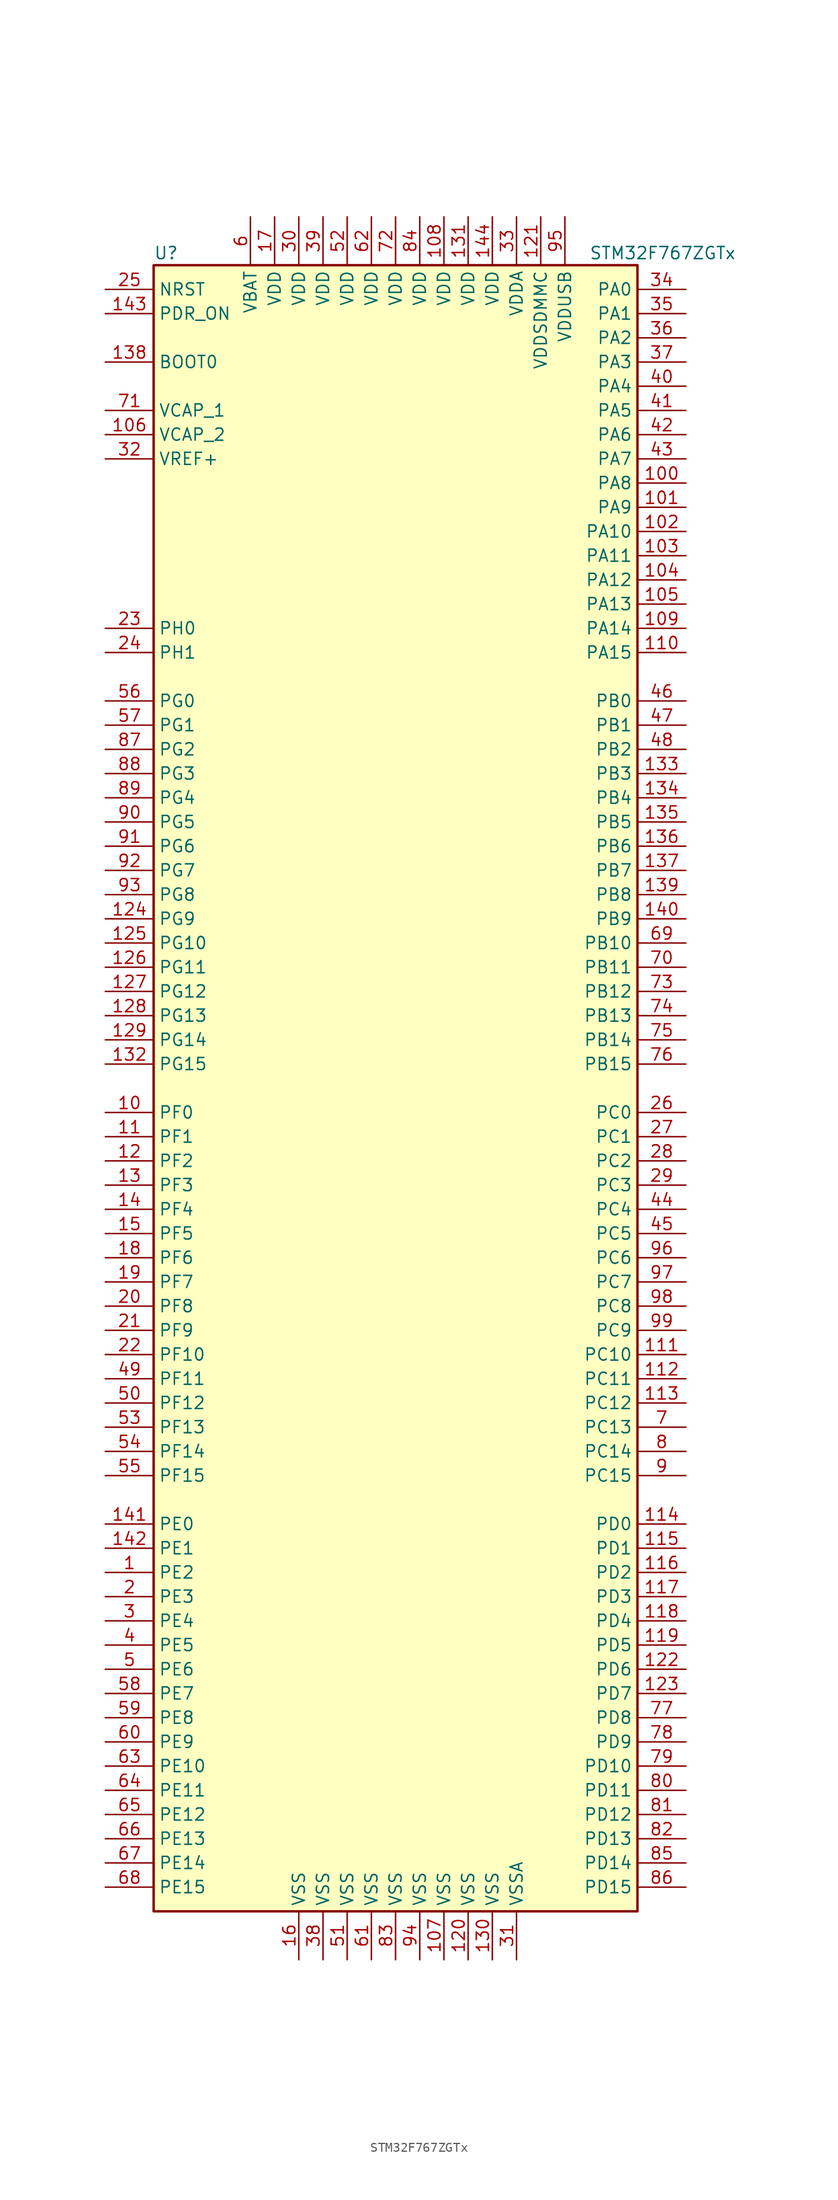
<source format=kicad_sym>
(kicad_symbol_lib
  (version 20211014)
  (generator kicad_symbol_editor)
  (symbol "STM32F767ZGTx"
    (property "Reference" "U"
      (at -25.4 87.63 0)
      (effects (font (size 1.27 1.27)) (justify left)))
    (property "Value" "STM32F767ZGTx"
      (at 20.32 87.63 0)
      (effects (font (size 1.27 1.27)) (justify left)))
    (symbol "STM32F767ZGTx_0_1"
      (rectangle (start -25.4 -86.36) (end 25.4 86.36) (stroke (width 0.254) (type default) (color 0 0 0 0)) (fill (type background))))
    (symbol "STM32F767ZGTx_1_1"
      (pin bidirectional line (at -30.48 -50.8 0) (length 5.08) (name "PE2" (effects (font (size 1.27 1.27)))) (number "1" (effects (font (size 1.27 1.27)))))
      (pin bidirectional line (at -30.48 -2.54 0) (length 5.08) (name "PF0" (effects (font (size 1.27 1.27)))) (number "10" (effects (font (size 1.27 1.27)))))
      (pin bidirectional line (at 30.48 63.5 180) (length 5.08) (name "PA8" (effects (font (size 1.27 1.27)))) (number "100" (effects (font (size 1.27 1.27)))))
      (pin bidirectional line (at 30.48 60.96 180) (length 5.08) (name "PA9" (effects (font (size 1.27 1.27)))) (number "101" (effects (font (size 1.27 1.27)))))
      (pin bidirectional line (at 30.48 58.42 180) (length 5.08) (name "PA10" (effects (font (size 1.27 1.27)))) (number "102" (effects (font (size 1.27 1.27)))))
      (pin bidirectional line (at 30.48 55.88 180) (length 5.08) (name "PA11" (effects (font (size 1.27 1.27)))) (number "103" (effects (font (size 1.27 1.27)))))
      (pin bidirectional line (at 30.48 53.34 180) (length 5.08) (name "PA12" (effects (font (size 1.27 1.27)))) (number "104" (effects (font (size 1.27 1.27)))))
      (pin bidirectional line (at 30.48 50.8 180) (length 5.08) (name "PA13" (effects (font (size 1.27 1.27)))) (number "105" (effects (font (size 1.27 1.27)))))
      (pin power_in line (at -30.48 68.58 0) (length 5.08) (name "VCAP_2" (effects (font (size 1.27 1.27)))) (number "106" (effects (font (size 1.27 1.27)))))
      (pin power_in line (at 5.08 -91.44 90) (length 5.08) (name "VSS" (effects (font (size 1.27 1.27)))) (number "107" (effects (font (size 1.27 1.27)))))
      (pin power_in line (at 5.08 91.44 270) (length 5.08) (name "VDD" (effects (font (size 1.27 1.27)))) (number "108" (effects (font (size 1.27 1.27)))))
      (pin bidirectional line (at 30.48 48.26 180) (length 5.08) (name "PA14" (effects (font (size 1.27 1.27)))) (number "109" (effects (font (size 1.27 1.27)))))
      (pin bidirectional line (at -30.48 -5.08 0) (length 5.08) (name "PF1" (effects (font (size 1.27 1.27)))) (number "11" (effects (font (size 1.27 1.27)))))
      (pin bidirectional line (at 30.48 45.72 180) (length 5.08) (name "PA15" (effects (font (size 1.27 1.27)))) (number "110" (effects (font (size 1.27 1.27)))))
      (pin bidirectional line (at 30.48 -27.94 180) (length 5.08) (name "PC10" (effects (font (size 1.27 1.27)))) (number "111" (effects (font (size 1.27 1.27)))))
      (pin bidirectional line (at 30.48 -30.48 180) (length 5.08) (name "PC11" (effects (font (size 1.27 1.27)))) (number "112" (effects (font (size 1.27 1.27)))))
      (pin bidirectional line (at 30.48 -33.02 180) (length 5.08) (name "PC12" (effects (font (size 1.27 1.27)))) (number "113" (effects (font (size 1.27 1.27)))))
      (pin bidirectional line (at 30.48 -45.72 180) (length 5.08) (name "PD0" (effects (font (size 1.27 1.27)))) (number "114" (effects (font (size 1.27 1.27)))))
      (pin bidirectional line (at 30.48 -48.26 180) (length 5.08) (name "PD1" (effects (font (size 1.27 1.27)))) (number "115" (effects (font (size 1.27 1.27)))))
      (pin bidirectional line (at 30.48 -50.8 180) (length 5.08) (name "PD2" (effects (font (size 1.27 1.27)))) (number "116" (effects (font (size 1.27 1.27)))))
      (pin bidirectional line (at 30.48 -53.34 180) (length 5.08) (name "PD3" (effects (font (size 1.27 1.27)))) (number "117" (effects (font (size 1.27 1.27)))))
      (pin bidirectional line (at 30.48 -55.88 180) (length 5.08) (name "PD4" (effects (font (size 1.27 1.27)))) (number "118" (effects (font (size 1.27 1.27)))))
      (pin bidirectional line (at 30.48 -58.42 180) (length 5.08) (name "PD5" (effects (font (size 1.27 1.27)))) (number "119" (effects (font (size 1.27 1.27)))))
      (pin bidirectional line (at -30.48 -7.62 0) (length 5.08) (name "PF2" (effects (font (size 1.27 1.27)))) (number "12" (effects (font (size 1.27 1.27)))))
      (pin power_in line (at 7.62 -91.44 90) (length 5.08) (name "VSS" (effects (font (size 1.27 1.27)))) (number "120" (effects (font (size 1.27 1.27)))))
      (pin power_in line (at 15.24 91.44 270) (length 5.08) (name "VDDSDMMC" (effects (font (size 1.27 1.27)))) (number "121" (effects (font (size 1.27 1.27)))))
      (pin bidirectional line (at 30.48 -60.96 180) (length 5.08) (name "PD6" (effects (font (size 1.27 1.27)))) (number "122" (effects (font (size 1.27 1.27)))))
      (pin bidirectional line (at 30.48 -63.5 180) (length 5.08) (name "PD7" (effects (font (size 1.27 1.27)))) (number "123" (effects (font (size 1.27 1.27)))))
      (pin bidirectional line (at -30.48 17.78 0) (length 5.08) (name "PG9" (effects (font (size 1.27 1.27)))) (number "124" (effects (font (size 1.27 1.27)))))
      (pin bidirectional line (at -30.48 15.24 0) (length 5.08) (name "PG10" (effects (font (size 1.27 1.27)))) (number "125" (effects (font (size 1.27 1.27)))))
      (pin bidirectional line (at -30.48 12.7 0) (length 5.08) (name "PG11" (effects (font (size 1.27 1.27)))) (number "126" (effects (font (size 1.27 1.27)))))
      (pin bidirectional line (at -30.48 10.16 0) (length 5.08) (name "PG12" (effects (font (size 1.27 1.27)))) (number "127" (effects (font (size 1.27 1.27)))))
      (pin bidirectional line (at -30.48 7.62 0) (length 5.08) (name "PG13" (effects (font (size 1.27 1.27)))) (number "128" (effects (font (size 1.27 1.27)))))
      (pin bidirectional line (at -30.48 5.08 0) (length 5.08) (name "PG14" (effects (font (size 1.27 1.27)))) (number "129" (effects (font (size 1.27 1.27)))))
      (pin bidirectional line (at -30.48 -10.16 0) (length 5.08) (name "PF3" (effects (font (size 1.27 1.27)))) (number "13" (effects (font (size 1.27 1.27)))))
      (pin power_in line (at 10.16 -91.44 90) (length 5.08) (name "VSS" (effects (font (size 1.27 1.27)))) (number "130" (effects (font (size 1.27 1.27)))))
      (pin power_in line (at 7.62 91.44 270) (length 5.08) (name "VDD" (effects (font (size 1.27 1.27)))) (number "131" (effects (font (size 1.27 1.27)))))
      (pin bidirectional line (at -30.48 2.54 0) (length 5.08) (name "PG15" (effects (font (size 1.27 1.27)))) (number "132" (effects (font (size 1.27 1.27)))))
      (pin bidirectional line (at 30.48 33.02 180) (length 5.08) (name "PB3" (effects (font (size 1.27 1.27)))) (number "133" (effects (font (size 1.27 1.27)))))
      (pin bidirectional line (at 30.48 30.48 180) (length 5.08) (name "PB4" (effects (font (size 1.27 1.27)))) (number "134" (effects (font (size 1.27 1.27)))))
      (pin bidirectional line (at 30.48 27.94 180) (length 5.08) (name "PB5" (effects (font (size 1.27 1.27)))) (number "135" (effects (font (size 1.27 1.27)))))
      (pin bidirectional line (at 30.48 25.4 180) (length 5.08) (name "PB6" (effects (font (size 1.27 1.27)))) (number "136" (effects (font (size 1.27 1.27)))))
      (pin bidirectional line (at 30.48 22.86 180) (length 5.08) (name "PB7" (effects (font (size 1.27 1.27)))) (number "137" (effects (font (size 1.27 1.27)))))
      (pin input line (at -30.48 76.2 0) (length 5.08) (name "BOOT0" (effects (font (size 1.27 1.27)))) (number "138" (effects (font (size 1.27 1.27)))))
      (pin bidirectional line (at 30.48 20.32 180) (length 5.08) (name "PB8" (effects (font (size 1.27 1.27)))) (number "139" (effects (font (size 1.27 1.27)))))
      (pin bidirectional line (at -30.48 -12.7 0) (length 5.08) (name "PF4" (effects (font (size 1.27 1.27)))) (number "14" (effects (font (size 1.27 1.27)))))
      (pin bidirectional line (at 30.48 17.78 180) (length 5.08) (name "PB9" (effects (font (size 1.27 1.27)))) (number "140" (effects (font (size 1.27 1.27)))))
      (pin bidirectional line (at -30.48 -45.72 0) (length 5.08) (name "PE0" (effects (font (size 1.27 1.27)))) (number "141" (effects (font (size 1.27 1.27)))))
      (pin bidirectional line (at -30.48 -48.26 0) (length 5.08) (name "PE1" (effects (font (size 1.27 1.27)))) (number "142" (effects (font (size 1.27 1.27)))))
      (pin input line (at -30.48 81.28 0) (length 5.08) (name "PDR_ON" (effects (font (size 1.27 1.27)))) (number "143" (effects (font (size 1.27 1.27)))))
      (pin power_in line (at 10.16 91.44 270) (length 5.08) (name "VDD" (effects (font (size 1.27 1.27)))) (number "144" (effects (font (size 1.27 1.27)))))
      (pin bidirectional line (at -30.48 -15.24 0) (length 5.08) (name "PF5" (effects (font (size 1.27 1.27)))) (number "15" (effects (font (size 1.27 1.27)))))
      (pin power_in line (at -10.16 -91.44 90) (length 5.08) (name "VSS" (effects (font (size 1.27 1.27)))) (number "16" (effects (font (size 1.27 1.27)))))
      (pin power_in line (at -12.7 91.44 270) (length 5.08) (name "VDD" (effects (font (size 1.27 1.27)))) (number "17" (effects (font (size 1.27 1.27)))))
      (pin bidirectional line (at -30.48 -17.78 0) (length 5.08) (name "PF6" (effects (font (size 1.27 1.27)))) (number "18" (effects (font (size 1.27 1.27)))))
      (pin bidirectional line (at -30.48 -20.32 0) (length 5.08) (name "PF7" (effects (font (size 1.27 1.27)))) (number "19" (effects (font (size 1.27 1.27)))))
      (pin bidirectional line (at -30.48 -53.34 0) (length 5.08) (name "PE3" (effects (font (size 1.27 1.27)))) (number "2" (effects (font (size 1.27 1.27)))))
      (pin bidirectional line (at -30.48 -22.86 0) (length 5.08) (name "PF8" (effects (font (size 1.27 1.27)))) (number "20" (effects (font (size 1.27 1.27)))))
      (pin bidirectional line (at -30.48 -25.4 0) (length 5.08) (name "PF9" (effects (font (size 1.27 1.27)))) (number "21" (effects (font (size 1.27 1.27)))))
      (pin bidirectional line (at -30.48 -27.94 0) (length 5.08) (name "PF10" (effects (font (size 1.27 1.27)))) (number "22" (effects (font (size 1.27 1.27)))))
      (pin input line (at -30.48 48.26 0) (length 5.08) (name "PH0" (effects (font (size 1.27 1.27)))) (number "23" (effects (font (size 1.27 1.27)))))
      (pin input line (at -30.48 45.72 0) (length 5.08) (name "PH1" (effects (font (size 1.27 1.27)))) (number "24" (effects (font (size 1.27 1.27)))))
      (pin input line (at -30.48 83.82 0) (length 5.08) (name "NRST" (effects (font (size 1.27 1.27)))) (number "25" (effects (font (size 1.27 1.27)))))
      (pin bidirectional line (at 30.48 -2.54 180) (length 5.08) (name "PC0" (effects (font (size 1.27 1.27)))) (number "26" (effects (font (size 1.27 1.27)))))
      (pin bidirectional line (at 30.48 -5.08 180) (length 5.08) (name "PC1" (effects (font (size 1.27 1.27)))) (number "27" (effects (font (size 1.27 1.27)))))
      (pin bidirectional line (at 30.48 -7.62 180) (length 5.08) (name "PC2" (effects (font (size 1.27 1.27)))) (number "28" (effects (font (size 1.27 1.27)))))
      (pin bidirectional line (at 30.48 -10.16 180) (length 5.08) (name "PC3" (effects (font (size 1.27 1.27)))) (number "29" (effects (font (size 1.27 1.27)))))
      (pin bidirectional line (at -30.48 -55.88 0) (length 5.08) (name "PE4" (effects (font (size 1.27 1.27)))) (number "3" (effects (font (size 1.27 1.27)))))
      (pin power_in line (at -10.16 91.44 270) (length 5.08) (name "VDD" (effects (font (size 1.27 1.27)))) (number "30" (effects (font (size 1.27 1.27)))))
      (pin power_in line (at 12.7 -91.44 90) (length 5.08) (name "VSSA" (effects (font (size 1.27 1.27)))) (number "31" (effects (font (size 1.27 1.27)))))
      (pin power_in line (at -30.48 66.04 0) (length 5.08) (name "VREF+" (effects (font (size 1.27 1.27)))) (number "32" (effects (font (size 1.27 1.27)))))
      (pin power_in line (at 12.7 91.44 270) (length 5.08) (name "VDDA" (effects (font (size 1.27 1.27)))) (number "33" (effects (font (size 1.27 1.27)))))
      (pin bidirectional line (at 30.48 83.82 180) (length 5.08) (name "PA0" (effects (font (size 1.27 1.27)))) (number "34" (effects (font (size 1.27 1.27)))))
      (pin bidirectional line (at 30.48 81.28 180) (length 5.08) (name "PA1" (effects (font (size 1.27 1.27)))) (number "35" (effects (font (size 1.27 1.27)))))
      (pin bidirectional line (at 30.48 78.74 180) (length 5.08) (name "PA2" (effects (font (size 1.27 1.27)))) (number "36" (effects (font (size 1.27 1.27)))))
      (pin bidirectional line (at 30.48 76.2 180) (length 5.08) (name "PA3" (effects (font (size 1.27 1.27)))) (number "37" (effects (font (size 1.27 1.27)))))
      (pin power_in line (at -7.62 -91.44 90) (length 5.08) (name "VSS" (effects (font (size 1.27 1.27)))) (number "38" (effects (font (size 1.27 1.27)))))
      (pin power_in line (at -7.62 91.44 270) (length 5.08) (name "VDD" (effects (font (size 1.27 1.27)))) (number "39" (effects (font (size 1.27 1.27)))))
      (pin bidirectional line (at -30.48 -58.42 0) (length 5.08) (name "PE5" (effects (font (size 1.27 1.27)))) (number "4" (effects (font (size 1.27 1.27)))))
      (pin bidirectional line (at 30.48 73.66 180) (length 5.08) (name "PA4" (effects (font (size 1.27 1.27)))) (number "40" (effects (font (size 1.27 1.27)))))
      (pin bidirectional line (at 30.48 71.12 180) (length 5.08) (name "PA5" (effects (font (size 1.27 1.27)))) (number "41" (effects (font (size 1.27 1.27)))))
      (pin bidirectional line (at 30.48 68.58 180) (length 5.08) (name "PA6" (effects (font (size 1.27 1.27)))) (number "42" (effects (font (size 1.27 1.27)))))
      (pin bidirectional line (at 30.48 66.04 180) (length 5.08) (name "PA7" (effects (font (size 1.27 1.27)))) (number "43" (effects (font (size 1.27 1.27)))))
      (pin bidirectional line (at 30.48 -12.7 180) (length 5.08) (name "PC4" (effects (font (size 1.27 1.27)))) (number "44" (effects (font (size 1.27 1.27)))))
      (pin bidirectional line (at 30.48 -15.24 180) (length 5.08) (name "PC5" (effects (font (size 1.27 1.27)))) (number "45" (effects (font (size 1.27 1.27)))))
      (pin bidirectional line (at 30.48 40.64 180) (length 5.08) (name "PB0" (effects (font (size 1.27 1.27)))) (number "46" (effects (font (size 1.27 1.27)))))
      (pin bidirectional line (at 30.48 38.1 180) (length 5.08) (name "PB1" (effects (font (size 1.27 1.27)))) (number "47" (effects (font (size 1.27 1.27)))))
      (pin bidirectional line (at 30.48 35.56 180) (length 5.08) (name "PB2" (effects (font (size 1.27 1.27)))) (number "48" (effects (font (size 1.27 1.27)))))
      (pin bidirectional line (at -30.48 -30.48 0) (length 5.08) (name "PF11" (effects (font (size 1.27 1.27)))) (number "49" (effects (font (size 1.27 1.27)))))
      (pin bidirectional line (at -30.48 -60.96 0) (length 5.08) (name "PE6" (effects (font (size 1.27 1.27)))) (number "5" (effects (font (size 1.27 1.27)))))
      (pin bidirectional line (at -30.48 -33.02 0) (length 5.08) (name "PF12" (effects (font (size 1.27 1.27)))) (number "50" (effects (font (size 1.27 1.27)))))
      (pin power_in line (at -5.08 -91.44 90) (length 5.08) (name "VSS" (effects (font (size 1.27 1.27)))) (number "51" (effects (font (size 1.27 1.27)))))
      (pin power_in line (at -5.08 91.44 270) (length 5.08) (name "VDD" (effects (font (size 1.27 1.27)))) (number "52" (effects (font (size 1.27 1.27)))))
      (pin bidirectional line (at -30.48 -35.56 0) (length 5.08) (name "PF13" (effects (font (size 1.27 1.27)))) (number "53" (effects (font (size 1.27 1.27)))))
      (pin bidirectional line (at -30.48 -38.1 0) (length 5.08) (name "PF14" (effects (font (size 1.27 1.27)))) (number "54" (effects (font (size 1.27 1.27)))))
      (pin bidirectional line (at -30.48 -40.64 0) (length 5.08) (name "PF15" (effects (font (size 1.27 1.27)))) (number "55" (effects (font (size 1.27 1.27)))))
      (pin bidirectional line (at -30.48 40.64 0) (length 5.08) (name "PG0" (effects (font (size 1.27 1.27)))) (number "56" (effects (font (size 1.27 1.27)))))
      (pin bidirectional line (at -30.48 38.1 0) (length 5.08) (name "PG1" (effects (font (size 1.27 1.27)))) (number "57" (effects (font (size 1.27 1.27)))))
      (pin bidirectional line (at -30.48 -63.5 0) (length 5.08) (name "PE7" (effects (font (size 1.27 1.27)))) (number "58" (effects (font (size 1.27 1.27)))))
      (pin bidirectional line (at -30.48 -66.04 0) (length 5.08) (name "PE8" (effects (font (size 1.27 1.27)))) (number "59" (effects (font (size 1.27 1.27)))))
      (pin power_in line (at -15.24 91.44 270) (length 5.08) (name "VBAT" (effects (font (size 1.27 1.27)))) (number "6" (effects (font (size 1.27 1.27)))))
      (pin bidirectional line (at -30.48 -68.58 0) (length 5.08) (name "PE9" (effects (font (size 1.27 1.27)))) (number "60" (effects (font (size 1.27 1.27)))))
      (pin power_in line (at -2.54 -91.44 90) (length 5.08) (name "VSS" (effects (font (size 1.27 1.27)))) (number "61" (effects (font (size 1.27 1.27)))))
      (pin power_in line (at -2.54 91.44 270) (length 5.08) (name "VDD" (effects (font (size 1.27 1.27)))) (number "62" (effects (font (size 1.27 1.27)))))
      (pin bidirectional line (at -30.48 -71.12 0) (length 5.08) (name "PE10" (effects (font (size 1.27 1.27)))) (number "63" (effects (font (size 1.27 1.27)))))
      (pin bidirectional line (at -30.48 -73.66 0) (length 5.08) (name "PE11" (effects (font (size 1.27 1.27)))) (number "64" (effects (font (size 1.27 1.27)))))
      (pin bidirectional line (at -30.48 -76.2 0) (length 5.08) (name "PE12" (effects (font (size 1.27 1.27)))) (number "65" (effects (font (size 1.27 1.27)))))
      (pin bidirectional line (at -30.48 -78.74 0) (length 5.08) (name "PE13" (effects (font (size 1.27 1.27)))) (number "66" (effects (font (size 1.27 1.27)))))
      (pin bidirectional line (at -30.48 -81.28 0) (length 5.08) (name "PE14" (effects (font (size 1.27 1.27)))) (number "67" (effects (font (size 1.27 1.27)))))
      (pin bidirectional line (at -30.48 -83.82 0) (length 5.08) (name "PE15" (effects (font (size 1.27 1.27)))) (number "68" (effects (font (size 1.27 1.27)))))
      (pin bidirectional line (at 30.48 15.24 180) (length 5.08) (name "PB10" (effects (font (size 1.27 1.27)))) (number "69" (effects (font (size 1.27 1.27)))))
      (pin bidirectional line (at 30.48 -35.56 180) (length 5.08) (name "PC13" (effects (font (size 1.27 1.27)))) (number "7" (effects (font (size 1.27 1.27)))))
      (pin bidirectional line (at 30.48 12.7 180) (length 5.08) (name "PB11" (effects (font (size 1.27 1.27)))) (number "70" (effects (font (size 1.27 1.27)))))
      (pin power_in line (at -30.48 71.12 0) (length 5.08) (name "VCAP_1" (effects (font (size 1.27 1.27)))) (number "71" (effects (font (size 1.27 1.27)))))
      (pin power_in line (at 0 91.44 270) (length 5.08) (name "VDD" (effects (font (size 1.27 1.27)))) (number "72" (effects (font (size 1.27 1.27)))))
      (pin bidirectional line (at 30.48 10.16 180) (length 5.08) (name "PB12" (effects (font (size 1.27 1.27)))) (number "73" (effects (font (size 1.27 1.27)))))
      (pin bidirectional line (at 30.48 7.62 180) (length 5.08) (name "PB13" (effects (font (size 1.27 1.27)))) (number "74" (effects (font (size 1.27 1.27)))))
      (pin bidirectional line (at 30.48 5.08 180) (length 5.08) (name "PB14" (effects (font (size 1.27 1.27)))) (number "75" (effects (font (size 1.27 1.27)))))
      (pin bidirectional line (at 30.48 2.54 180) (length 5.08) (name "PB15" (effects (font (size 1.27 1.27)))) (number "76" (effects (font (size 1.27 1.27)))))
      (pin bidirectional line (at 30.48 -66.04 180) (length 5.08) (name "PD8" (effects (font (size 1.27 1.27)))) (number "77" (effects (font (size 1.27 1.27)))))
      (pin bidirectional line (at 30.48 -68.58 180) (length 5.08) (name "PD9" (effects (font (size 1.27 1.27)))) (number "78" (effects (font (size 1.27 1.27)))))
      (pin bidirectional line (at 30.48 -71.12 180) (length 5.08) (name "PD10" (effects (font (size 1.27 1.27)))) (number "79" (effects (font (size 1.27 1.27)))))
      (pin bidirectional line (at 30.48 -38.1 180) (length 5.08) (name "PC14" (effects (font (size 1.27 1.27)))) (number "8" (effects (font (size 1.27 1.27)))))
      (pin bidirectional line (at 30.48 -73.66 180) (length 5.08) (name "PD11" (effects (font (size 1.27 1.27)))) (number "80" (effects (font (size 1.27 1.27)))))
      (pin bidirectional line (at 30.48 -76.2 180) (length 5.08) (name "PD12" (effects (font (size 1.27 1.27)))) (number "81" (effects (font (size 1.27 1.27)))))
      (pin bidirectional line (at 30.48 -78.74 180) (length 5.08) (name "PD13" (effects (font (size 1.27 1.27)))) (number "82" (effects (font (size 1.27 1.27)))))
      (pin power_in line (at 0 -91.44 90) (length 5.08) (name "VSS" (effects (font (size 1.27 1.27)))) (number "83" (effects (font (size 1.27 1.27)))))
      (pin power_in line (at 2.54 91.44 270) (length 5.08) (name "VDD" (effects (font (size 1.27 1.27)))) (number "84" (effects (font (size 1.27 1.27)))))
      (pin bidirectional line (at 30.48 -81.28 180) (length 5.08) (name "PD14" (effects (font (size 1.27 1.27)))) (number "85" (effects (font (size 1.27 1.27)))))
      (pin bidirectional line (at 30.48 -83.82 180) (length 5.08) (name "PD15" (effects (font (size 1.27 1.27)))) (number "86" (effects (font (size 1.27 1.27)))))
      (pin bidirectional line (at -30.48 35.56 0) (length 5.08) (name "PG2" (effects (font (size 1.27 1.27)))) (number "87" (effects (font (size 1.27 1.27)))))
      (pin bidirectional line (at -30.48 33.02 0) (length 5.08) (name "PG3" (effects (font (size 1.27 1.27)))) (number "88" (effects (font (size 1.27 1.27)))))
      (pin bidirectional line (at -30.48 30.48 0) (length 5.08) (name "PG4" (effects (font (size 1.27 1.27)))) (number "89" (effects (font (size 1.27 1.27)))))
      (pin bidirectional line (at 30.48 -40.64 180) (length 5.08) (name "PC15" (effects (font (size 1.27 1.27)))) (number "9" (effects (font (size 1.27 1.27)))))
      (pin bidirectional line (at -30.48 27.94 0) (length 5.08) (name "PG5" (effects (font (size 1.27 1.27)))) (number "90" (effects (font (size 1.27 1.27)))))
      (pin bidirectional line (at -30.48 25.4 0) (length 5.08) (name "PG6" (effects (font (size 1.27 1.27)))) (number "91" (effects (font (size 1.27 1.27)))))
      (pin bidirectional line (at -30.48 22.86 0) (length 5.08) (name "PG7" (effects (font (size 1.27 1.27)))) (number "92" (effects (font (size 1.27 1.27)))))
      (pin bidirectional line (at -30.48 20.32 0) (length 5.08) (name "PG8" (effects (font (size 1.27 1.27)))) (number "93" (effects (font (size 1.27 1.27)))))
      (pin power_in line (at 2.54 -91.44 90) (length 5.08) (name "VSS" (effects (font (size 1.27 1.27)))) (number "94" (effects (font (size 1.27 1.27)))))
      (pin power_in line (at 17.78 91.44 270) (length 5.08) (name "VDDUSB" (effects (font (size 1.27 1.27)))) (number "95" (effects (font (size 1.27 1.27)))))
      (pin bidirectional line (at 30.48 -17.78 180) (length 5.08) (name "PC6" (effects (font (size 1.27 1.27)))) (number "96" (effects (font (size 1.27 1.27)))))
      (pin bidirectional line (at 30.48 -20.32 180) (length 5.08) (name "PC7" (effects (font (size 1.27 1.27)))) (number "97" (effects (font (size 1.27 1.27)))))
      (pin bidirectional line (at 30.48 -22.86 180) (length 5.08) (name "PC8" (effects (font (size 1.27 1.27)))) (number "98" (effects (font (size 1.27 1.27)))))
      (pin bidirectional line (at 30.48 -25.4 180) (length 5.08) (name "PC9" (effects (font (size 1.27 1.27)))) (number "99" (effects (font (size 1.27 1.27))))))))
</source>
